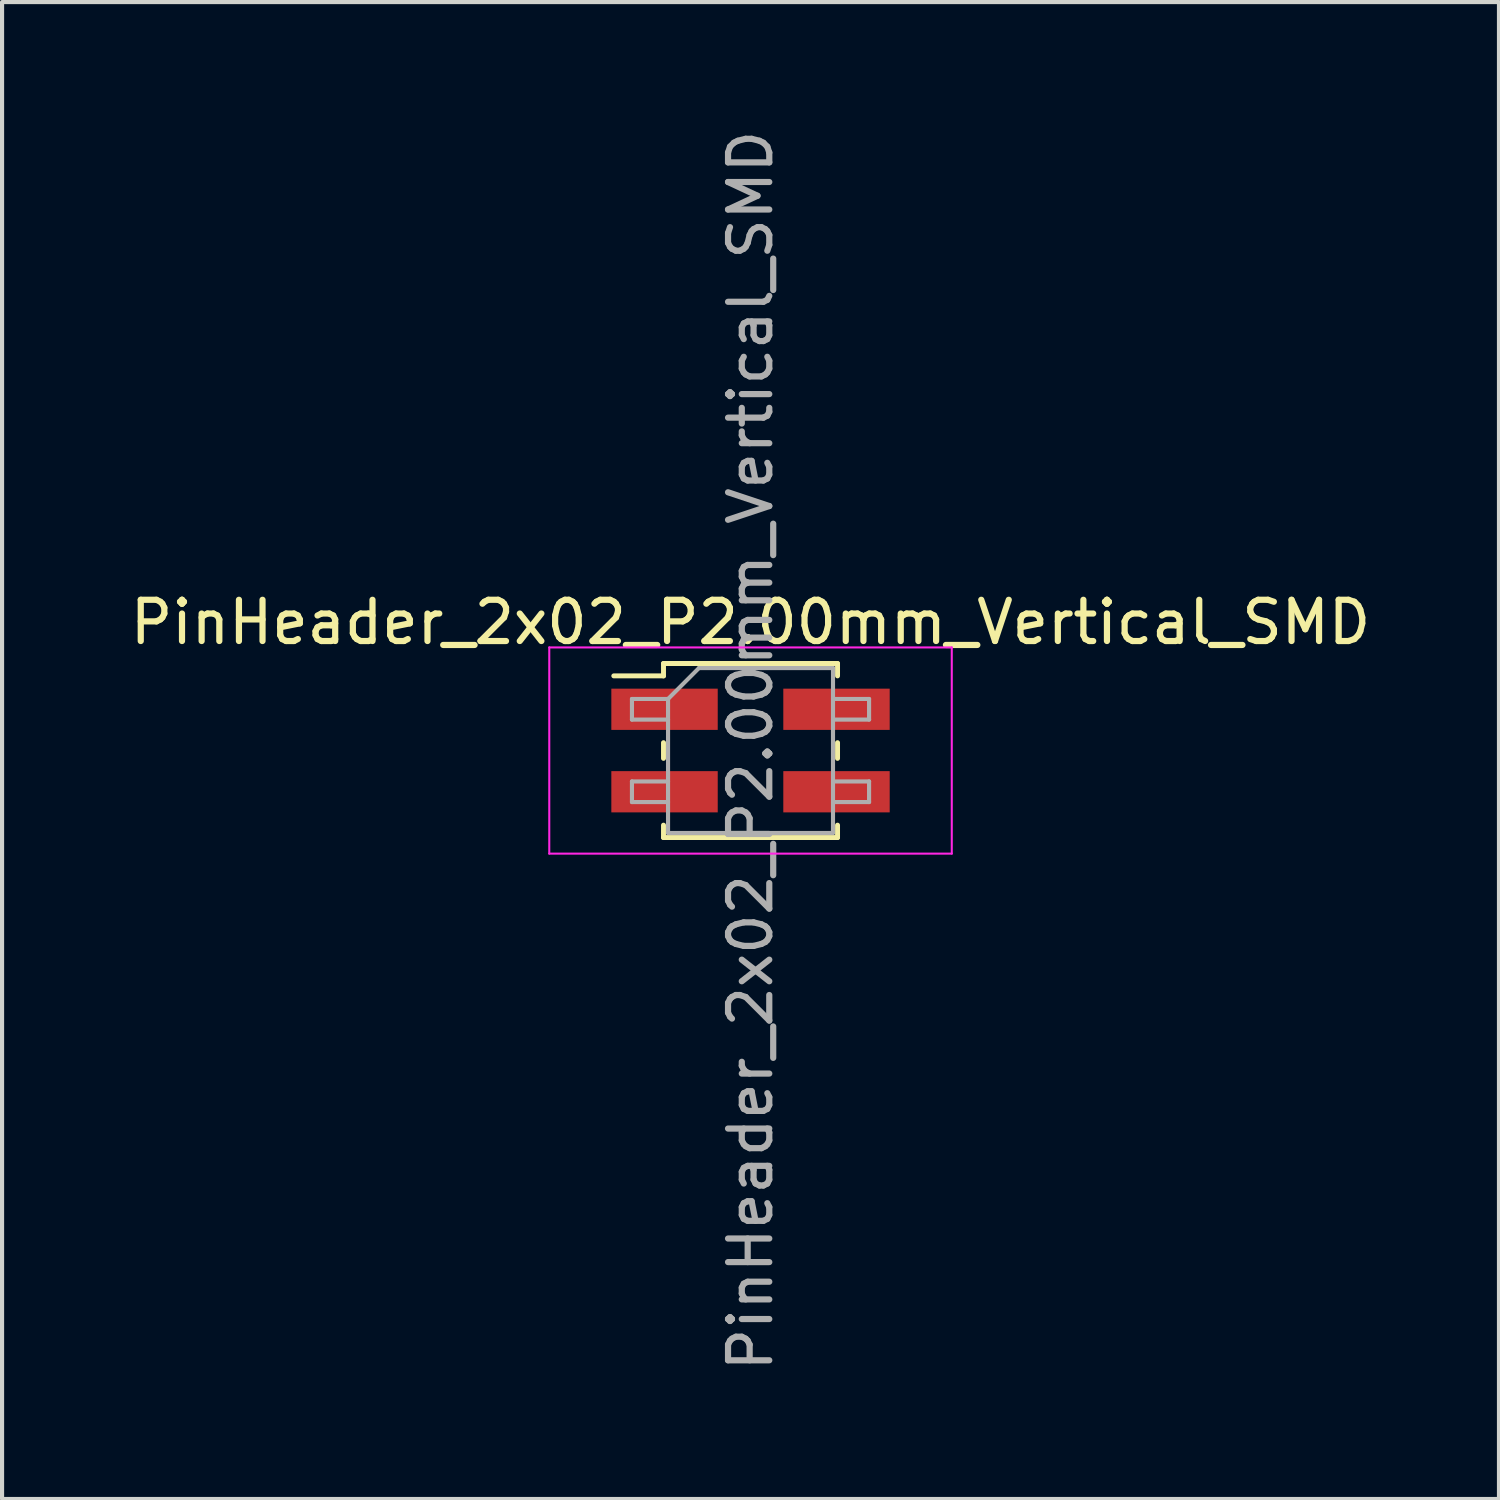
<source format=kicad_pcb>
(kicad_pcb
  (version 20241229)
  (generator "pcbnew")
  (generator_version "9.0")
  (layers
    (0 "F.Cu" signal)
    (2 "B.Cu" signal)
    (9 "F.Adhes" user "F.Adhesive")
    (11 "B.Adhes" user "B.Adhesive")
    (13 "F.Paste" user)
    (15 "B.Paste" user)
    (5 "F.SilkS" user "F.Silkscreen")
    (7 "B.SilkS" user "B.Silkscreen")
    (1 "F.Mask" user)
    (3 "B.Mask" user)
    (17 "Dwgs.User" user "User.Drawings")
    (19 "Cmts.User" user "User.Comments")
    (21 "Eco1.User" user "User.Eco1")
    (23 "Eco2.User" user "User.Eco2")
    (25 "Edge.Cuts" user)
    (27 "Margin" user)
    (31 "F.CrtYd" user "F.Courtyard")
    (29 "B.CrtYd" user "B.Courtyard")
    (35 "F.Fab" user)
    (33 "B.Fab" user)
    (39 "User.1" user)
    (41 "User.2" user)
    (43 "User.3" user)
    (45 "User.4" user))
  (footprint "PinHeader_2x02_P2.00mm_Vertical_SMD"
    (layer "F.Cu")
    (at 15.149 15.149)
    (property "Reference" "PinHeader_2x02_P2.00mm_Vertical_SMD" (at 0 -3.11 0) (layer "F.SilkS") (effects (font (size 1 1) (thickness 0.15))))
    (attr smd)
    (fp_line (start -3.315 -1.81) (end -2.11 -1.81) (stroke (width 0.12) (type solid)) (layer "F.SilkS"))
    (fp_line (start -2.11 -2.11) (end -2.11 -1.81) (stroke (width 0.12) (type solid)) (layer "F.SilkS"))
    (fp_line (start -2.11 -2.11) (end 2.11 -2.11) (stroke (width 0.12) (type solid)) (layer "F.SilkS"))
    (fp_line (start -2.11 -0.19) (end -2.11 0.19) (stroke (width 0.12) (type solid)) (layer "F.SilkS"))
    (fp_line (start -2.11 1.81) (end -2.11 2.11) (stroke (width 0.12) (type solid)) (layer "F.SilkS"))
    (fp_line (start -2.11 2.11) (end 2.11 2.11) (stroke (width 0.12) (type solid)) (layer "F.SilkS"))
    (fp_line (start 2.11 -2.11) (end 2.11 -1.81) (stroke (width 0.12) (type solid)) (layer "F.SilkS"))
    (fp_line (start 2.11 -0.19) (end 2.11 0.19) (stroke (width 0.12) (type solid)) (layer "F.SilkS"))
    (fp_line (start 2.11 1.81) (end 2.11 2.11) (stroke (width 0.12) (type solid)) (layer "F.SilkS"))
    (fp_line (start -4.88 -2.5) (end -4.88 2.5) (stroke (width 0.05) (type solid)) (layer "F.CrtYd"))
    (fp_line (start -4.88 2.5) (end 4.88 2.5) (stroke (width 0.05) (type solid)) (layer "F.CrtYd"))
    (fp_line (start 4.88 -2.5) (end -4.88 -2.5) (stroke (width 0.05) (type solid)) (layer "F.CrtYd"))
    (fp_line (start 4.88 2.5) (end 4.88 -2.5) (stroke (width 0.05) (type solid)) (layer "F.CrtYd"))
    (fp_line (start -2.875 -1.25) (end -2.875 -0.75) (stroke (width 0.1) (type solid)) (layer "F.Fab"))
    (fp_line (start -2.875 -0.75) (end -2 -0.75) (stroke (width 0.1) (type solid)) (layer "F.Fab"))
    (fp_line (start -2.875 0.75) (end -2.875 1.25) (stroke (width 0.1) (type solid)) (layer "F.Fab"))
    (fp_line (start -2.875 1.25) (end -2 1.25) (stroke (width 0.1) (type solid)) (layer "F.Fab"))
    (fp_line (start -2 -1.25) (end -2.875 -1.25) (stroke (width 0.1) (type solid)) (layer "F.Fab"))
    (fp_line (start -2 -1.25) (end -1.25 -2) (stroke (width 0.1) (type solid)) (layer "F.Fab"))
    (fp_line (start -2 0.75) (end -2.875 0.75) (stroke (width 0.1) (type solid)) (layer "F.Fab"))
    (fp_line (start -2 2) (end -2 -1.25) (stroke (width 0.1) (type solid)) (layer "F.Fab"))
    (fp_line (start -1.25 -2) (end 2 -2) (stroke (width 0.1) (type solid)) (layer "F.Fab"))
    (fp_line (start 2 -2) (end 2 2) (stroke (width 0.1) (type solid)) (layer "F.Fab"))
    (fp_line (start 2 -1.25) (end 2.875 -1.25) (stroke (width 0.1) (type solid)) (layer "F.Fab"))
    (fp_line (start 2 0.75) (end 2.875 0.75) (stroke (width 0.1) (type solid)) (layer "F.Fab"))
    (fp_line (start 2 2) (end -2 2) (stroke (width 0.1) (type solid)) (layer "F.Fab"))
    (fp_line (start 2.875 -1.25) (end 2.875 -0.75) (stroke (width 0.1) (type solid)) (layer "F.Fab"))
    (fp_line (start 2.875 -0.75) (end 2 -0.75) (stroke (width 0.1) (type solid)) (layer "F.Fab"))
    (fp_line (start 2.875 0.75) (end 2.875 1.25) (stroke (width 0.1) (type solid)) (layer "F.Fab"))
    (fp_line (start 2.875 1.25) (end 2 1.25) (stroke (width 0.1) (type solid)) (layer "F.Fab"))
    (fp_text user "${REFERENCE}" (at 0 0 90) (layer "F.Fab") (effects (font (size 1 1) (thickness 0.15))))
    (pad "1" smd rect (at -2.085 -1) (size 2.58 1) (layers "F.Cu" "F.Mask" "F.Paste"))
    (pad "2" smd rect (at 2.085 -1) (size 2.58 1) (layers "F.Cu" "F.Mask" "F.Paste"))
    (pad "3" smd rect (at -2.085 1) (size 2.58 1) (layers "F.Cu" "F.Mask" "F.Paste"))
    (pad "4" smd rect (at 2.085 1) (size 2.58 1) (layers "F.Cu" "F.Mask" "F.Paste")))
  (gr_rect
    (start -3 -3)
    (end 33.298 33.298)
    (stroke (width 0.1) (type default))
    (fill no)
    (layer "Edge.Cuts")))
</source>
